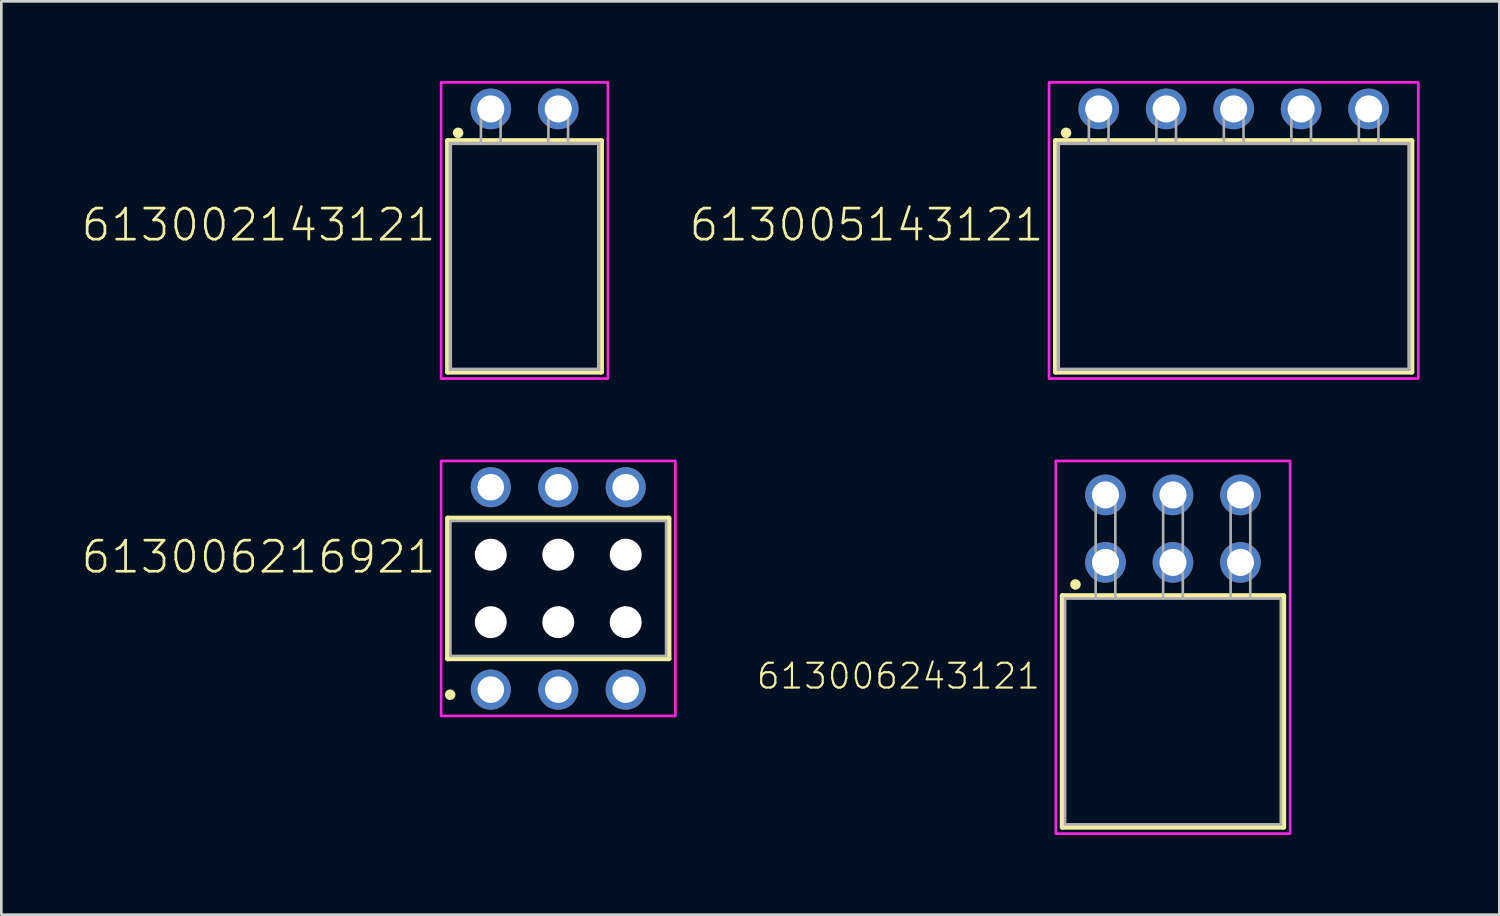
<source format=kicad_pcb>
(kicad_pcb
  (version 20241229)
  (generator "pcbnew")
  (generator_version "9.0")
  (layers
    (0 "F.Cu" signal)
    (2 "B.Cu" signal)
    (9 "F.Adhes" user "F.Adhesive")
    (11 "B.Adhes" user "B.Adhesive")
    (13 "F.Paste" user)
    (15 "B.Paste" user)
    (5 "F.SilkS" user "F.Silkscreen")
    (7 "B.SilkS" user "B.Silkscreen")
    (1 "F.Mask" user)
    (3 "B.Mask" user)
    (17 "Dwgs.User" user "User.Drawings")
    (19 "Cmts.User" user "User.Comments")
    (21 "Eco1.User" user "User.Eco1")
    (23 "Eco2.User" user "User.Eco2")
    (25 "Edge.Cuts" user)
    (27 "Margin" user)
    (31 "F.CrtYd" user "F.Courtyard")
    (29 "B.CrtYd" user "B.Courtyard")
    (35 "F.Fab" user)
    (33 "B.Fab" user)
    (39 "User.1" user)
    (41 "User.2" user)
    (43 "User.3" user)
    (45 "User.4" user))
  (footprint "613006216921"
    (layer "F.Cu")
    (at 17.964 19.1)
    (property "Reference" "613006216921" (at -4.54 -0.5 0) (unlocked yes) (layer "F.SilkS") (effects (font (size 1.168 1.168) (thickness 0.102)) (justify right bottom)))
    (fp_line (start -4.16 -2.64) (end 4.16 -2.64) (stroke (width 0.2) (type solid)) (layer "F.SilkS"))
    (fp_line (start -4.16 2.64) (end -4.16 -2.64) (stroke (width 0.2) (type solid)) (layer "F.SilkS"))
    (fp_line (start 4.16 -2.64) (end 4.16 2.64) (stroke (width 0.2) (type solid)) (layer "F.SilkS"))
    (fp_line (start 4.16 2.64) (end -4.16 2.64) (stroke (width 0.2) (type solid)) (layer "F.SilkS"))
    (fp_circle (center -4.07 4) (end -3.97 4) (stroke (width 0.2) (type solid)) (fill no) (layer "F.SilkS"))
    (fp_poly (pts (xy 4.41 4.8) (xy -4.41 4.8) (xy -4.41 -4.8) (xy 4.41 -4.8)) (stroke (width 0.1) (type default)) (fill no) (layer "F.CrtYd"))
    (fp_line (start -4.06 -2.54) (end -4.06 2.54) (stroke (width 0.1) (type solid)) (layer "F.Fab"))
    (fp_line (start -4.06 2.54) (end 4.06 2.54) (stroke (width 0.1) (type solid)) (layer "F.Fab"))
    (fp_line (start 4.06 -2.54) (end -4.06 -2.54) (stroke (width 0.1) (type solid)) (layer "F.Fab"))
    (fp_line (start 4.06 2.54) (end 4.06 -2.54) (stroke (width 0.1) (type solid)) (layer "F.Fab"))
    (pad "" np_thru_hole circle (at -2.54 -1.27) (size 1.2 1.2) (drill 1.2) (layers "*.Cu" "*.Mask"))
    (pad "" np_thru_hole circle (at -2.54 1.27) (size 1.2 1.2) (drill 1.2) (layers "*.Cu" "*.Mask"))
    (pad "" np_thru_hole circle (at 0 -1.27) (size 1.2 1.2) (drill 1.2) (layers "*.Cu" "*.Mask"))
    (pad "" np_thru_hole circle (at 0 1.27) (size 1.2 1.2) (drill 1.2) (layers "*.Cu" "*.Mask"))
    (pad "" np_thru_hole circle (at 2.54 -1.27) (size 1.2 1.2) (drill 1.2) (layers "*.Cu" "*.Mask"))
    (pad "" np_thru_hole circle (at 2.54 1.27) (size 1.2 1.2) (drill 1.2) (layers "*.Cu" "*.Mask"))
    (pad "1" thru_hole circle (at -2.54 3.81) (size 1.508 1.508) (drill 1) (layers "*.Cu" "*.Mask"))
    (pad "2" thru_hole circle (at -2.54 -3.81) (size 1.508 1.508) (drill 1) (layers "*.Cu" "*.Mask"))
    (pad "3" thru_hole circle (at 0 3.81) (size 1.508 1.508) (drill 1) (layers "*.Cu" "*.Mask"))
    (pad "4" thru_hole circle (at 0 -3.81) (size 1.508 1.508) (drill 1) (layers "*.Cu" "*.Mask"))
    (pad "5" thru_hole circle (at 2.54 3.81) (size 1.508 1.508) (drill 1) (layers "*.Cu" "*.Mask"))
    (pad "6" thru_hole circle (at 2.54 -3.81) (size 1.508 1.508) (drill 1) (layers "*.Cu" "*.Mask")))
  (footprint "613006243121"
    (layer "F.Cu")
    (at 41.104 23.73)
    (property "Reference" "613006243121" (at -4.94 -0.78 0) (unlocked yes) (layer "F.SilkS") (effects (font (size 0.935 0.935) (thickness 0.081)) (justify right bottom)))
    (fp_line (start -4.16 -4.35) (end 4.16 -4.35) (stroke (width 0.2) (type solid)) (layer "F.SilkS"))
    (fp_line (start -4.16 4.35) (end -4.16 -4.35) (stroke (width 0.2) (type solid)) (layer "F.SilkS"))
    (fp_line (start 4.16 -4.35) (end 4.16 4.35) (stroke (width 0.2) (type solid)) (layer "F.SilkS"))
    (fp_line (start 4.16 4.35) (end -4.16 4.35) (stroke (width 0.2) (type solid)) (layer "F.SilkS"))
    (fp_circle (center -3.67 -4.78) (end -3.57 -4.78) (stroke (width 0.2) (type solid)) (fill no) (layer "F.SilkS"))
    (fp_poly (pts (xy 4.41 4.6) (xy -4.41 4.6) (xy -4.41 -9.43) (xy 4.41 -9.43)) (stroke (width 0.1) (type default)) (fill no) (layer "F.CrtYd"))
    (fp_line (start -4.06 -4.25) (end -4.06 4.25) (stroke (width 0.1) (type solid)) (layer "F.Fab"))
    (fp_line (start -2.91 -8.35) (end -2.17 -8.35) (stroke (width 0.1) (type solid)) (layer "F.Fab"))
    (fp_line (start -2.91 -4.25) (end -4.06 -4.25) (stroke (width 0.1) (type solid)) (layer "F.Fab"))
    (fp_line (start -2.91 -4.25) (end -2.91 -8.35) (stroke (width 0.1) (type solid)) (layer "F.Fab"))
    (fp_line (start -2.17 -8.35) (end -2.17 -4.25) (stroke (width 0.1) (type solid)) (layer "F.Fab"))
    (fp_line (start -2.17 -4.25) (end -2.91 -4.25) (stroke (width 0.1) (type solid)) (layer "F.Fab"))
    (fp_line (start -0.37 -8.35) (end 0.37 -8.35) (stroke (width 0.1) (type solid)) (layer "F.Fab"))
    (fp_line (start -0.37 -4.25) (end -0.37 -8.35) (stroke (width 0.1) (type solid)) (layer "F.Fab"))
    (fp_line (start 0.37 -8.35) (end 0.37 -4.25) (stroke (width 0.1) (type solid)) (layer "F.Fab"))
    (fp_line (start 2.17 -8.35) (end 2.91 -8.35) (stroke (width 0.1) (type solid)) (layer "F.Fab"))
    (fp_line (start 2.17 -4.25) (end 2.17 -8.35) (stroke (width 0.1) (type solid)) (layer "F.Fab"))
    (fp_line (start 2.91 -8.35) (end 2.91 -4.25) (stroke (width 0.1) (type solid)) (layer "F.Fab"))
    (fp_line (start 4.06 -4.25) (end -2.17 -4.25) (stroke (width 0.1) (type solid)) (layer "F.Fab"))
    (fp_line (start 4.06 4.25) (end -4.06 4.25) (stroke (width 0.1) (type solid)) (layer "F.Fab"))
    (fp_line (start 4.06 4.25) (end 4.06 -4.25) (stroke (width 0.1) (type solid)) (layer "F.Fab"))
    (pad "1" thru_hole circle (at -2.54 -5.61 180) (size 1.53 1.53) (drill 1.02) (layers "*.Cu" "*.Mask"))
    (pad "2" thru_hole circle (at -2.54 -8.15 180) (size 1.53 1.53) (drill 1.02) (layers "*.Cu" "*.Mask"))
    (pad "3" thru_hole circle (at 0 -5.61 180) (size 1.53 1.53) (drill 1.02) (layers "*.Cu" "*.Mask"))
    (pad "4" thru_hole circle (at 0 -8.15 180) (size 1.53 1.53) (drill 1.02) (layers "*.Cu" "*.Mask"))
    (pad "5" thru_hole circle (at 2.54 -5.61 180) (size 1.53 1.53) (drill 1.02) (layers "*.Cu" "*.Mask"))
    (pad "6" thru_hole circle (at 2.54 -8.15 180) (size 1.53 1.53) (drill 1.02) (layers "*.Cu" "*.Mask")))
  (footprint "613005143121"
    (layer "F.Cu")
    (at 43.389 6.6)
    (property "Reference" "613005143121" (at -7.08 -0.5 0) (unlocked yes) (layer "F.SilkS") (effects (font (size 1.168 1.168) (thickness 0.102)) (justify right bottom)))
    (fp_line (start -6.7 -4.35) (end 6.7 -4.35) (stroke (width 0.2) (type solid)) (layer "F.SilkS"))
    (fp_line (start -6.7 4.35) (end -6.7 -4.35) (stroke (width 0.2) (type solid)) (layer "F.SilkS"))
    (fp_line (start 6.7 -4.35) (end 6.7 4.35) (stroke (width 0.2) (type solid)) (layer "F.SilkS"))
    (fp_line (start 6.7 4.35) (end -6.7 4.35) (stroke (width 0.2) (type solid)) (layer "F.SilkS"))
    (fp_circle (center -6.31 -4.65) (end -6.21 -4.65) (stroke (width 0.2) (type solid)) (fill no) (layer "F.SilkS"))
    (fp_poly (pts (xy 6.95 4.6) (xy -6.95 4.6) (xy -6.95 -6.55) (xy 6.95 -6.55)) (stroke (width 0.1) (type default)) (fill no) (layer "F.CrtYd"))
    (fp_line (start -6.6 4.25) (end -6.6 -4.25) (stroke (width 0.127) (type solid)) (layer "F.Fab"))
    (fp_line (start -5.45 -5.35) (end -5.45 -4.25) (stroke (width 0.1) (type solid)) (layer "F.Fab"))
    (fp_line (start -5.45 -5.35) (end -4.71 -5.35) (stroke (width 0.1) (type solid)) (layer "F.Fab"))
    (fp_line (start -5.45 -4.25) (end -6.6 -4.25) (stroke (width 0.127) (type solid)) (layer "F.Fab"))
    (fp_line (start -4.71 -5.35) (end -4.71 -4.25) (stroke (width 0.1) (type solid)) (layer "F.Fab"))
    (fp_line (start -4.71 -4.25) (end -5.45 -4.25) (stroke (width 0.127) (type solid)) (layer "F.Fab"))
    (fp_line (start -2.91 -5.35) (end -2.91 -4.25) (stroke (width 0.1) (type solid)) (layer "F.Fab"))
    (fp_line (start -2.91 -5.35) (end -2.17 -5.35) (stroke (width 0.1) (type solid)) (layer "F.Fab"))
    (fp_line (start -2.17 -5.35) (end -2.17 -4.25) (stroke (width 0.1) (type solid)) (layer "F.Fab"))
    (fp_line (start -0.37 -5.35) (end -0.37 -4.25) (stroke (width 0.1) (type solid)) (layer "F.Fab"))
    (fp_line (start -0.37 -5.35) (end 0.37 -5.35) (stroke (width 0.1) (type solid)) (layer "F.Fab"))
    (fp_line (start 0.37 -5.35) (end 0.37 -4.25) (stroke (width 0.1) (type solid)) (layer "F.Fab"))
    (fp_line (start 2.17 -5.35) (end 2.17 -4.25) (stroke (width 0.1) (type solid)) (layer "F.Fab"))
    (fp_line (start 2.17 -5.35) (end 2.91 -5.35) (stroke (width 0.1) (type solid)) (layer "F.Fab"))
    (fp_line (start 2.91 -5.35) (end 2.91 -4.25) (stroke (width 0.1) (type solid)) (layer "F.Fab"))
    (fp_line (start 4.71 -5.35) (end 4.71 -4.25) (stroke (width 0.1) (type solid)) (layer "F.Fab"))
    (fp_line (start 4.71 -5.35) (end 5.45 -5.35) (stroke (width 0.1) (type solid)) (layer "F.Fab"))
    (fp_line (start 5.45 -5.35) (end 5.45 -4.25) (stroke (width 0.1) (type solid)) (layer "F.Fab"))
    (fp_line (start 6.6 -4.25) (end -4.71 -4.25) (stroke (width 0.127) (type solid)) (layer "F.Fab"))
    (fp_line (start 6.6 4.25) (end -6.6 4.25) (stroke (width 0.127) (type solid)) (layer "F.Fab"))
    (fp_line (start 6.6 4.25) (end 6.6 -4.25) (stroke (width 0.127) (type solid)) (layer "F.Fab"))
    (pad "1" thru_hole circle (at -5.08 -5.55 180) (size 1.53 1.53) (drill 1.02) (layers "*.Cu" "*.Mask"))
    (pad "2" thru_hole circle (at -2.54 -5.55 180) (size 1.53 1.53) (drill 1.02) (layers "*.Cu" "*.Mask"))
    (pad "3" thru_hole circle (at 0 -5.55 180) (size 1.53 1.53) (drill 1.02) (layers "*.Cu" "*.Mask"))
    (pad "4" thru_hole circle (at 2.54 -5.55 180) (size 1.53 1.53) (drill 1.02) (layers "*.Cu" "*.Mask"))
    (pad "5" thru_hole circle (at 5.08 -5.55 180) (size 1.53 1.53) (drill 1.02) (layers "*.Cu" "*.Mask")))
  (footprint "613002143121"
    (layer "F.Cu")
    (at 16.694 6.6)
    (property "Reference" "613002143121" (at -3.27 -0.5 0) (unlocked yes) (layer "F.SilkS") (effects (font (size 1.168 1.168) (thickness 0.102)) (justify right bottom)))
    (fp_line (start -2.89 -4.35) (end 2.89 -4.35) (stroke (width 0.2) (type solid)) (layer "F.SilkS"))
    (fp_line (start -2.89 4.35) (end -2.89 -4.35) (stroke (width 0.2) (type solid)) (layer "F.SilkS"))
    (fp_line (start 2.89 -4.35) (end 2.89 4.35) (stroke (width 0.2) (type solid)) (layer "F.SilkS"))
    (fp_line (start 2.89 4.35) (end -2.89 4.35) (stroke (width 0.2) (type solid)) (layer "F.SilkS"))
    (fp_circle (center -2.5 -4.65) (end -2.4 -4.65) (stroke (width 0.2) (type solid)) (fill no) (layer "F.SilkS"))
    (fp_poly (pts (xy 3.14 4.6) (xy -3.14 4.6) (xy -3.14 -6.55) (xy 3.14 -6.55)) (stroke (width 0.1) (type default)) (fill no) (layer "F.CrtYd"))
    (fp_line (start -2.79 4.25) (end -2.79 -4.25) (stroke (width 0.127) (type solid)) (layer "F.Fab"))
    (fp_line (start -1.64 -5.35) (end -1.64 -4.25) (stroke (width 0.1) (type solid)) (layer "F.Fab"))
    (fp_line (start -1.64 -5.35) (end -0.9 -5.35) (stroke (width 0.1) (type solid)) (layer "F.Fab"))
    (fp_line (start -1.64 -4.25) (end -2.79 -4.25) (stroke (width 0.127) (type solid)) (layer "F.Fab"))
    (fp_line (start -0.9 -5.35) (end -0.9 -4.25) (stroke (width 0.1) (type solid)) (layer "F.Fab"))
    (fp_line (start -0.9 -4.25) (end -1.64 -4.25) (stroke (width 0.127) (type solid)) (layer "F.Fab"))
    (fp_line (start 0.9 -5.35) (end 0.9 -4.25) (stroke (width 0.1) (type solid)) (layer "F.Fab"))
    (fp_line (start 0.9 -5.35) (end 1.64 -5.35) (stroke (width 0.1) (type solid)) (layer "F.Fab"))
    (fp_line (start 1.64 -5.35) (end 1.64 -4.25) (stroke (width 0.1) (type solid)) (layer "F.Fab"))
    (fp_line (start 2.79 -4.25) (end -0.9 -4.25) (stroke (width 0.127) (type solid)) (layer "F.Fab"))
    (fp_line (start 2.79 4.25) (end -2.79 4.25) (stroke (width 0.127) (type solid)) (layer "F.Fab"))
    (fp_line (start 2.79 4.25) (end 2.79 -4.25) (stroke (width 0.127) (type solid)) (layer "F.Fab"))
    (pad "1" thru_hole circle (at -1.27 -5.55 180) (size 1.53 1.53) (drill 1.02) (layers "*.Cu" "*.Mask"))
    (pad "2" thru_hole circle (at 1.27 -5.55 180) (size 1.53 1.53) (drill 1.02) (layers "*.Cu" "*.Mask")))
  (gr_rect
    (start -3 -3)
    (end 53.389 31.38)
    (stroke (width 0.1) (type default))
    (fill no)
    (layer "Edge.Cuts")))
</source>
